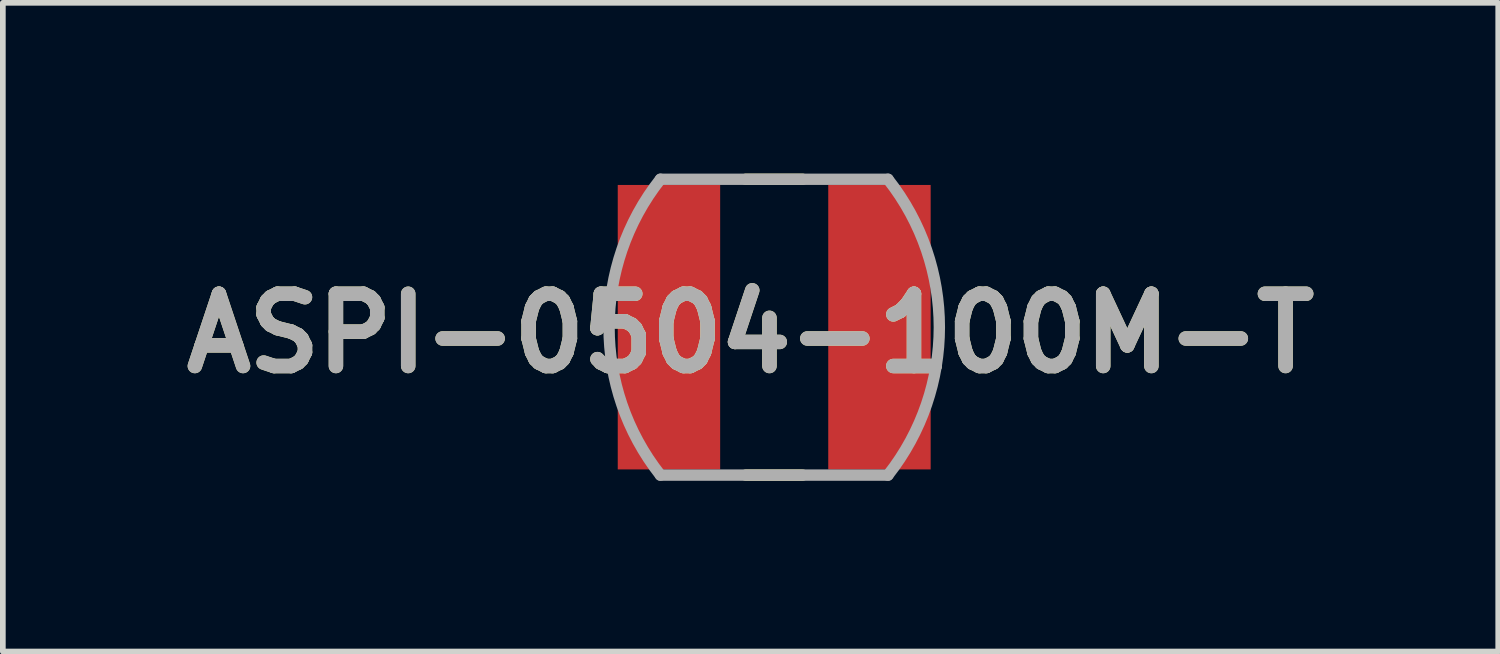
<source format=kicad_pcb>
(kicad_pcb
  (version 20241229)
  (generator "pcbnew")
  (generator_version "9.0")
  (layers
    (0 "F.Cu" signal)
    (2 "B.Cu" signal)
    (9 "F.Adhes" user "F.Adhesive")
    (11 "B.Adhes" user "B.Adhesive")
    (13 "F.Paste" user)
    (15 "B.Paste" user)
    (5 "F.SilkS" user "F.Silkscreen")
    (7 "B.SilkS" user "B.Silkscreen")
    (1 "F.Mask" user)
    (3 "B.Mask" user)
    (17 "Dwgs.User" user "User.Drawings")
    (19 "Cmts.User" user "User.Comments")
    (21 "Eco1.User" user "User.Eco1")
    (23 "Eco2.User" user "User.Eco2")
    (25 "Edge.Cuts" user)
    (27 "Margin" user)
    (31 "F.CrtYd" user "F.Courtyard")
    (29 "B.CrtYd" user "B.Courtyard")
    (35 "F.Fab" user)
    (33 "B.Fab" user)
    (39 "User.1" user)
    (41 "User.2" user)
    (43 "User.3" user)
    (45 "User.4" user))
  (footprint "ASPI-0504-100M-T"
    (layer "F.Cu")
    (at 10.558 2.701)
    (property "Reference" "ASPI-0504-100M-T" (at -0.416 0.108 0) (layer "F.SilkS") (effects (font (size 1.27 1.27) (thickness 0.254))))
    (attr smd)
    (fp_line (start -0.5 -2.6) (end 0.5 -2.6) (stroke (width 0.2) (type solid)) (layer "F.SilkS"))
    (fp_line (start -0.5 2.6) (end 0.5 2.6) (stroke (width 0.2) (type solid)) (layer "F.SilkS"))
    (fp_line (start -2 -2.6) (end 2 -2.6) (stroke (width 0.2) (type solid)) (layer "F.Fab"))
    (fp_line (start 2 2.6) (end -2 2.6) (stroke (width 0.2) (type solid)) (layer "F.Fab"))
    (fp_arc (start -2 2.6) (mid -2.902719 -0.000443) (end -1.999451 -2.600695) (stroke (width 0.2) (type solid)) (layer "F.Fab"))
    (fp_arc (start 2 -2.6) (mid 2.902682 0.000548) (end 1.999321 2.60086) (stroke (width 0.2) (type solid)) (layer "F.Fab"))
    (fp_text user "${REFERENCE}" (at -0.416 0.108 0) (layer "F.Fab") (effects (font (size 1.27 1.27) (thickness 0.254))))
    (pad "1" smd rect (at -1.85 0) (size 1.8 5) (layers "F.Cu" "F.Mask" "F.Paste"))
    (pad "2" smd rect (at 1.85 0) (size 1.8 5) (layers "F.Cu" "F.Mask" "F.Paste")))
  (gr_rect
    (start -3 -3)
    (end 23.284 8.402)
    (stroke (width 0.1) (type default))
    (fill no)
    (layer "Edge.Cuts")))
</source>
